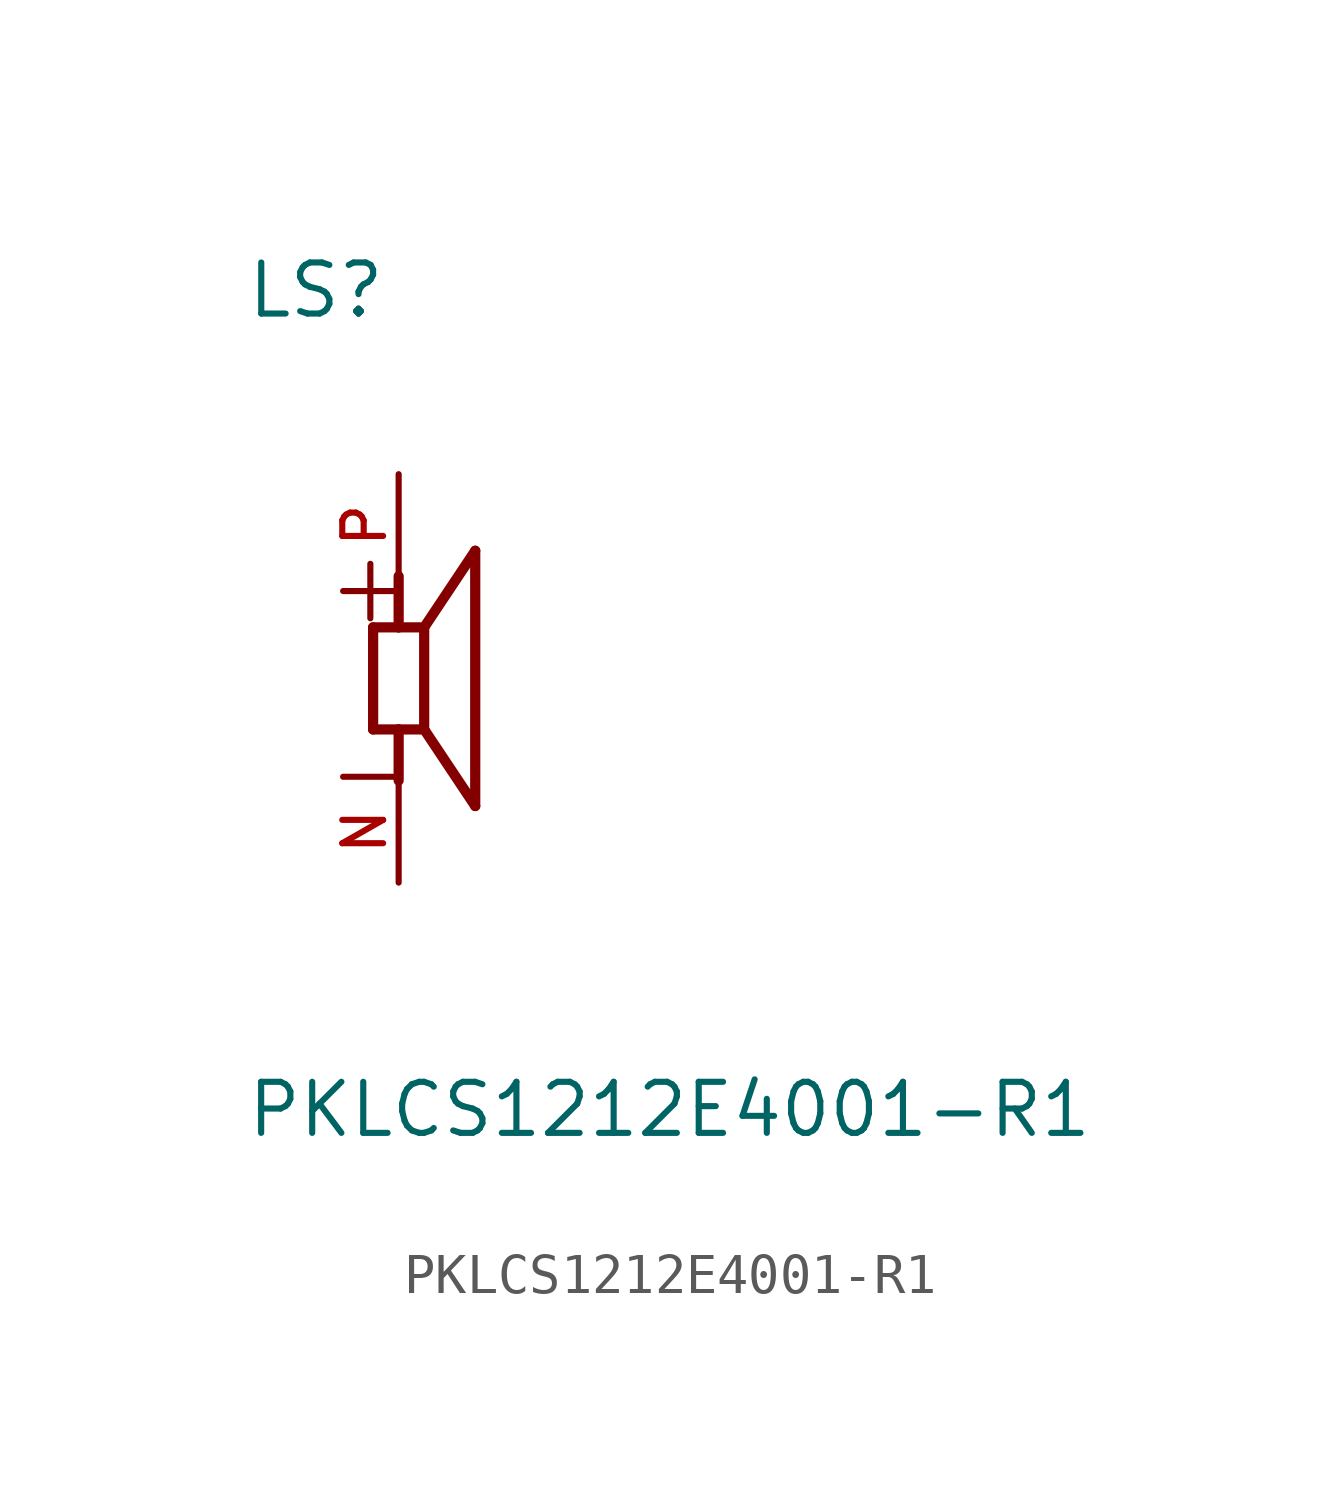
<source format=kicad_sym>
(kicad_symbol_lib
  (version 20241209)
  (generator "kicad_symbol_editor")
  (generator_version "9.0")
  (symbol "PKLCS1212E4001-R1"
    (pin_names
      (offset 1.016))
    (property "Reference" "LS"
      (at -3.82 8.913 0)
      (effects (font (size 1.27 1.27)) (justify left bottom)))
    (property "Value" "PKLCS1212E4001-R1"
      (at -3.823 -11.469 0)
      (effects (font (size 1.27 1.27)) (justify left bottom)))
    (symbol "PKLCS1212E4001-R1_0_0"
      (polyline (pts (xy -0.635 1.27) (xy 0 1.27)) (stroke (width 0.254) (type default)) (fill (type none)))
      (polyline (pts (xy -0.635 -1.27) (xy -0.635 1.27)) (stroke (width 0.254) (type default)) (fill (type none)))
      (polyline (pts (xy 0 1.27) (xy 0 2.54)) (stroke (width 0.254) (type default)) (fill (type none)))
      (polyline (pts (xy 0 1.27) (xy 0.635 1.27)) (stroke (width 0.254) (type default)) (fill (type none)))
      (polyline (pts (xy 0 -1.27) (xy -0.635 -1.27)) (stroke (width 0.254) (type default)) (fill (type none)))
      (polyline (pts (xy 0 -1.27) (xy 0 -2.54)) (stroke (width 0.254) (type default)) (fill (type none)))
      (polyline (pts (xy 0.635 1.27) (xy 0.635 -1.27)) (stroke (width 0.254) (type default)) (fill (type none)))
      (polyline (pts (xy 0.635 1.27) (xy 1.905 3.175)) (stroke (width 0.254) (type default)) (fill (type none)))
      (polyline (pts (xy 0.635 -1.27) (xy 0 -1.27)) (stroke (width 0.254) (type default)) (fill (type none)))
      (polyline (pts (xy 1.905 3.175) (xy 1.905 -3.175)) (stroke (width 0.254) (type default)) (fill (type none)))
      (polyline (pts (xy 1.905 -3.175) (xy 0.635 -1.27)) (stroke (width 0.254) (type default)) (fill (type none)))
      (text "+" (at -1.905 1.27 0) (effects (font (size 1.778 1.778)) (justify left bottom)))
      (text "-" (at -1.905 -1.27 0) (effects (font (size 1.778 1.778)) (justify left top)))
      (pin passive line (at 0 5.08 270) (length 2.54) (name "~" (effects (font (size 1.016 1.016)))) (number "P" (effects (font (size 1.016 1.016)))))
      (pin passive line (at 0 -5.08 90) (length 2.54) (name "~" (effects (font (size 1.016 1.016)))) (number "N" (effects (font (size 1.016 1.016))))))))
</source>
